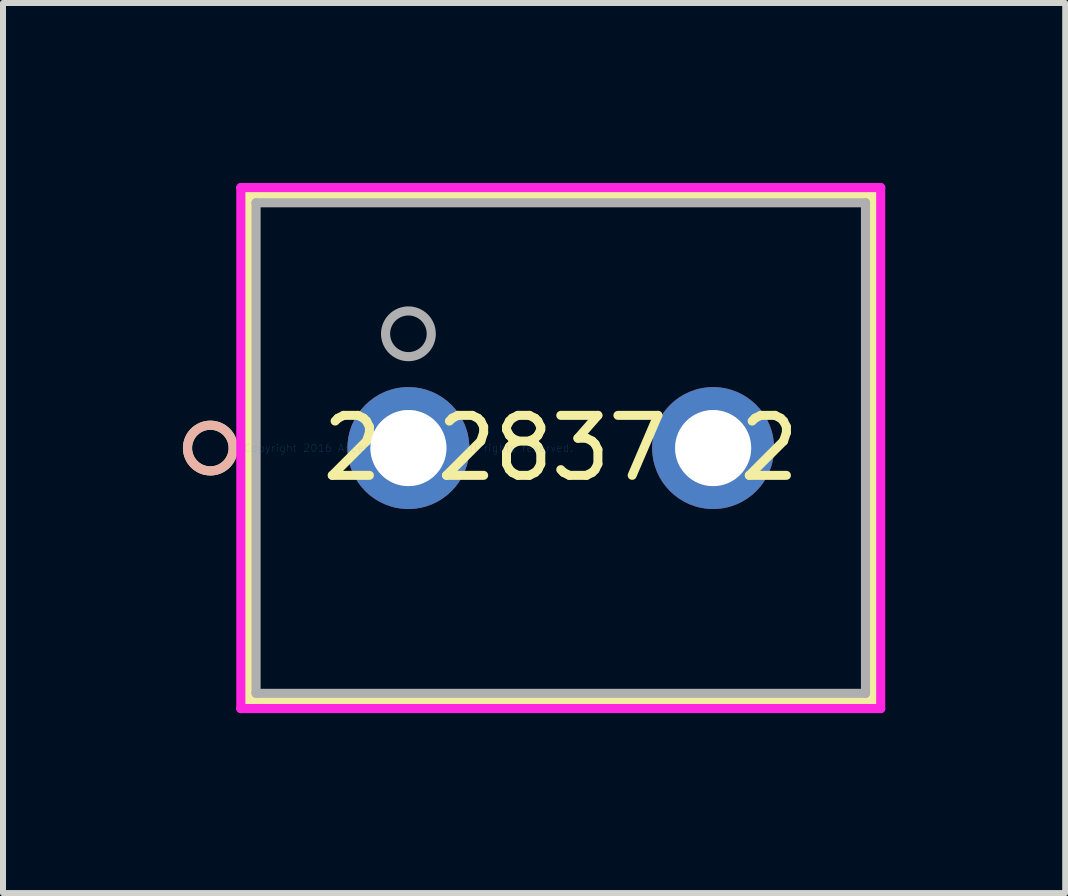
<source format=kicad_pcb>
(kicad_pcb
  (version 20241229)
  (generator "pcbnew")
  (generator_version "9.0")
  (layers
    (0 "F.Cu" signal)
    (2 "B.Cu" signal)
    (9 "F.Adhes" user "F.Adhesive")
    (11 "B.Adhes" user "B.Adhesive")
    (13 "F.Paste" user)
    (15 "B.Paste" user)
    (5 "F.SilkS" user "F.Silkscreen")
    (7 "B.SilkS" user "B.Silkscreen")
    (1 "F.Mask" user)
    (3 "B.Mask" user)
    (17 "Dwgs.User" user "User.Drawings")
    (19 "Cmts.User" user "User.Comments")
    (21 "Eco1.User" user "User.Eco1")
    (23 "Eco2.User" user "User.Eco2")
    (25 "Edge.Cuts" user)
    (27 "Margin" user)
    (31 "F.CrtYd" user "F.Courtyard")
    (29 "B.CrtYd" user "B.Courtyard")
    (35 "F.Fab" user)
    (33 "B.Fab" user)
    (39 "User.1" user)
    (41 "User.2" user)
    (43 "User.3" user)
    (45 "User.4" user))
  (footprint "282837-2"
    (layer "F.Cu")
    (at 3.759 4.42)
    (property "Reference" "282837-2" (at 2.54 0 0) (layer "F.SilkS") (effects (font (size 1 1) (thickness 0.15))))
    (attr through_hole)
    (fp_line (start -2.667 -4.216) (end -2.667 4.216) (stroke (width 0.152) (type solid)) (layer "F.SilkS"))
    (fp_line (start -2.667 4.216) (end 7.747 4.216) (stroke (width 0.152) (type solid)) (layer "F.SilkS"))
    (fp_line (start 7.747 -4.216) (end -2.667 -4.216) (stroke (width 0.152) (type solid)) (layer "F.SilkS"))
    (fp_line (start 7.747 4.216) (end 7.747 -4.216) (stroke (width 0.152) (type solid)) (layer "F.SilkS"))
    (fp_circle (center -3.302 0) (end -2.921 0) (stroke (width 0.152) (type solid)) (fill no) (layer "F.SilkS"))
    (fp_circle (center -3.302 0) (end -2.921 0) (stroke (width 0.152) (type solid)) (fill no) (layer "B.SilkS"))
    (fp_line (start -2.794 -4.343) (end -2.794 4.343) (stroke (width 0.152) (type solid)) (layer "F.CrtYd"))
    (fp_line (start -2.794 4.343) (end 7.874 4.343) (stroke (width 0.152) (type solid)) (layer "F.CrtYd"))
    (fp_line (start 7.874 -4.343) (end -2.794 -4.343) (stroke (width 0.152) (type solid)) (layer "F.CrtYd"))
    (fp_line (start 7.874 4.343) (end 7.874 -4.343) (stroke (width 0.152) (type solid)) (layer "F.CrtYd"))
    (fp_line (start -2.54 -4.089) (end -2.54 4.089) (stroke (width 0.152) (type solid)) (layer "F.Fab"))
    (fp_line (start -2.54 4.089) (end 7.62 4.089) (stroke (width 0.152) (type solid)) (layer "F.Fab"))
    (fp_line (start 7.62 -4.089) (end -2.54 -4.089) (stroke (width 0.152) (type solid)) (layer "F.Fab"))
    (fp_line (start 7.62 4.089) (end 7.62 -4.089) (stroke (width 0.152) (type solid)) (layer "F.Fab"))
    (fp_circle (center 0 -1.905) (end 0.381 -1.905) (stroke (width 0.152) (type solid)) (fill no) (layer "F.Fab"))
    (fp_text user "*" (at 0 0 0) (layer "F.SilkS") (effects (font (size 1 1) (thickness 0.15))))
    (fp_text user "Copyright 2016 Accelerated Designs. All rights reserved." (at 0 0 0) (layer "Cmts.User") (effects (font (size 0.127 0.127) (thickness 0.002))))
    (fp_text user "*" (at 0 0 0) (layer "F.Fab") (effects (font (size 1 1) (thickness 0.15))))
    (pad "1" thru_hole circle (at 0 0) (size 2.032 2.032) (drill 1.27) (layers "*.Cu" "*.Mask"))
    (pad "2" thru_hole circle (at 5.08 0) (size 2.032 2.032) (drill 1.27) (layers "*.Cu" "*.Mask")))
  (gr_rect
    (start -3 -3)
    (end 14.709 11.839)
    (stroke (width 0.1) (type default))
    (fill no)
    (layer "Edge.Cuts")))
</source>
